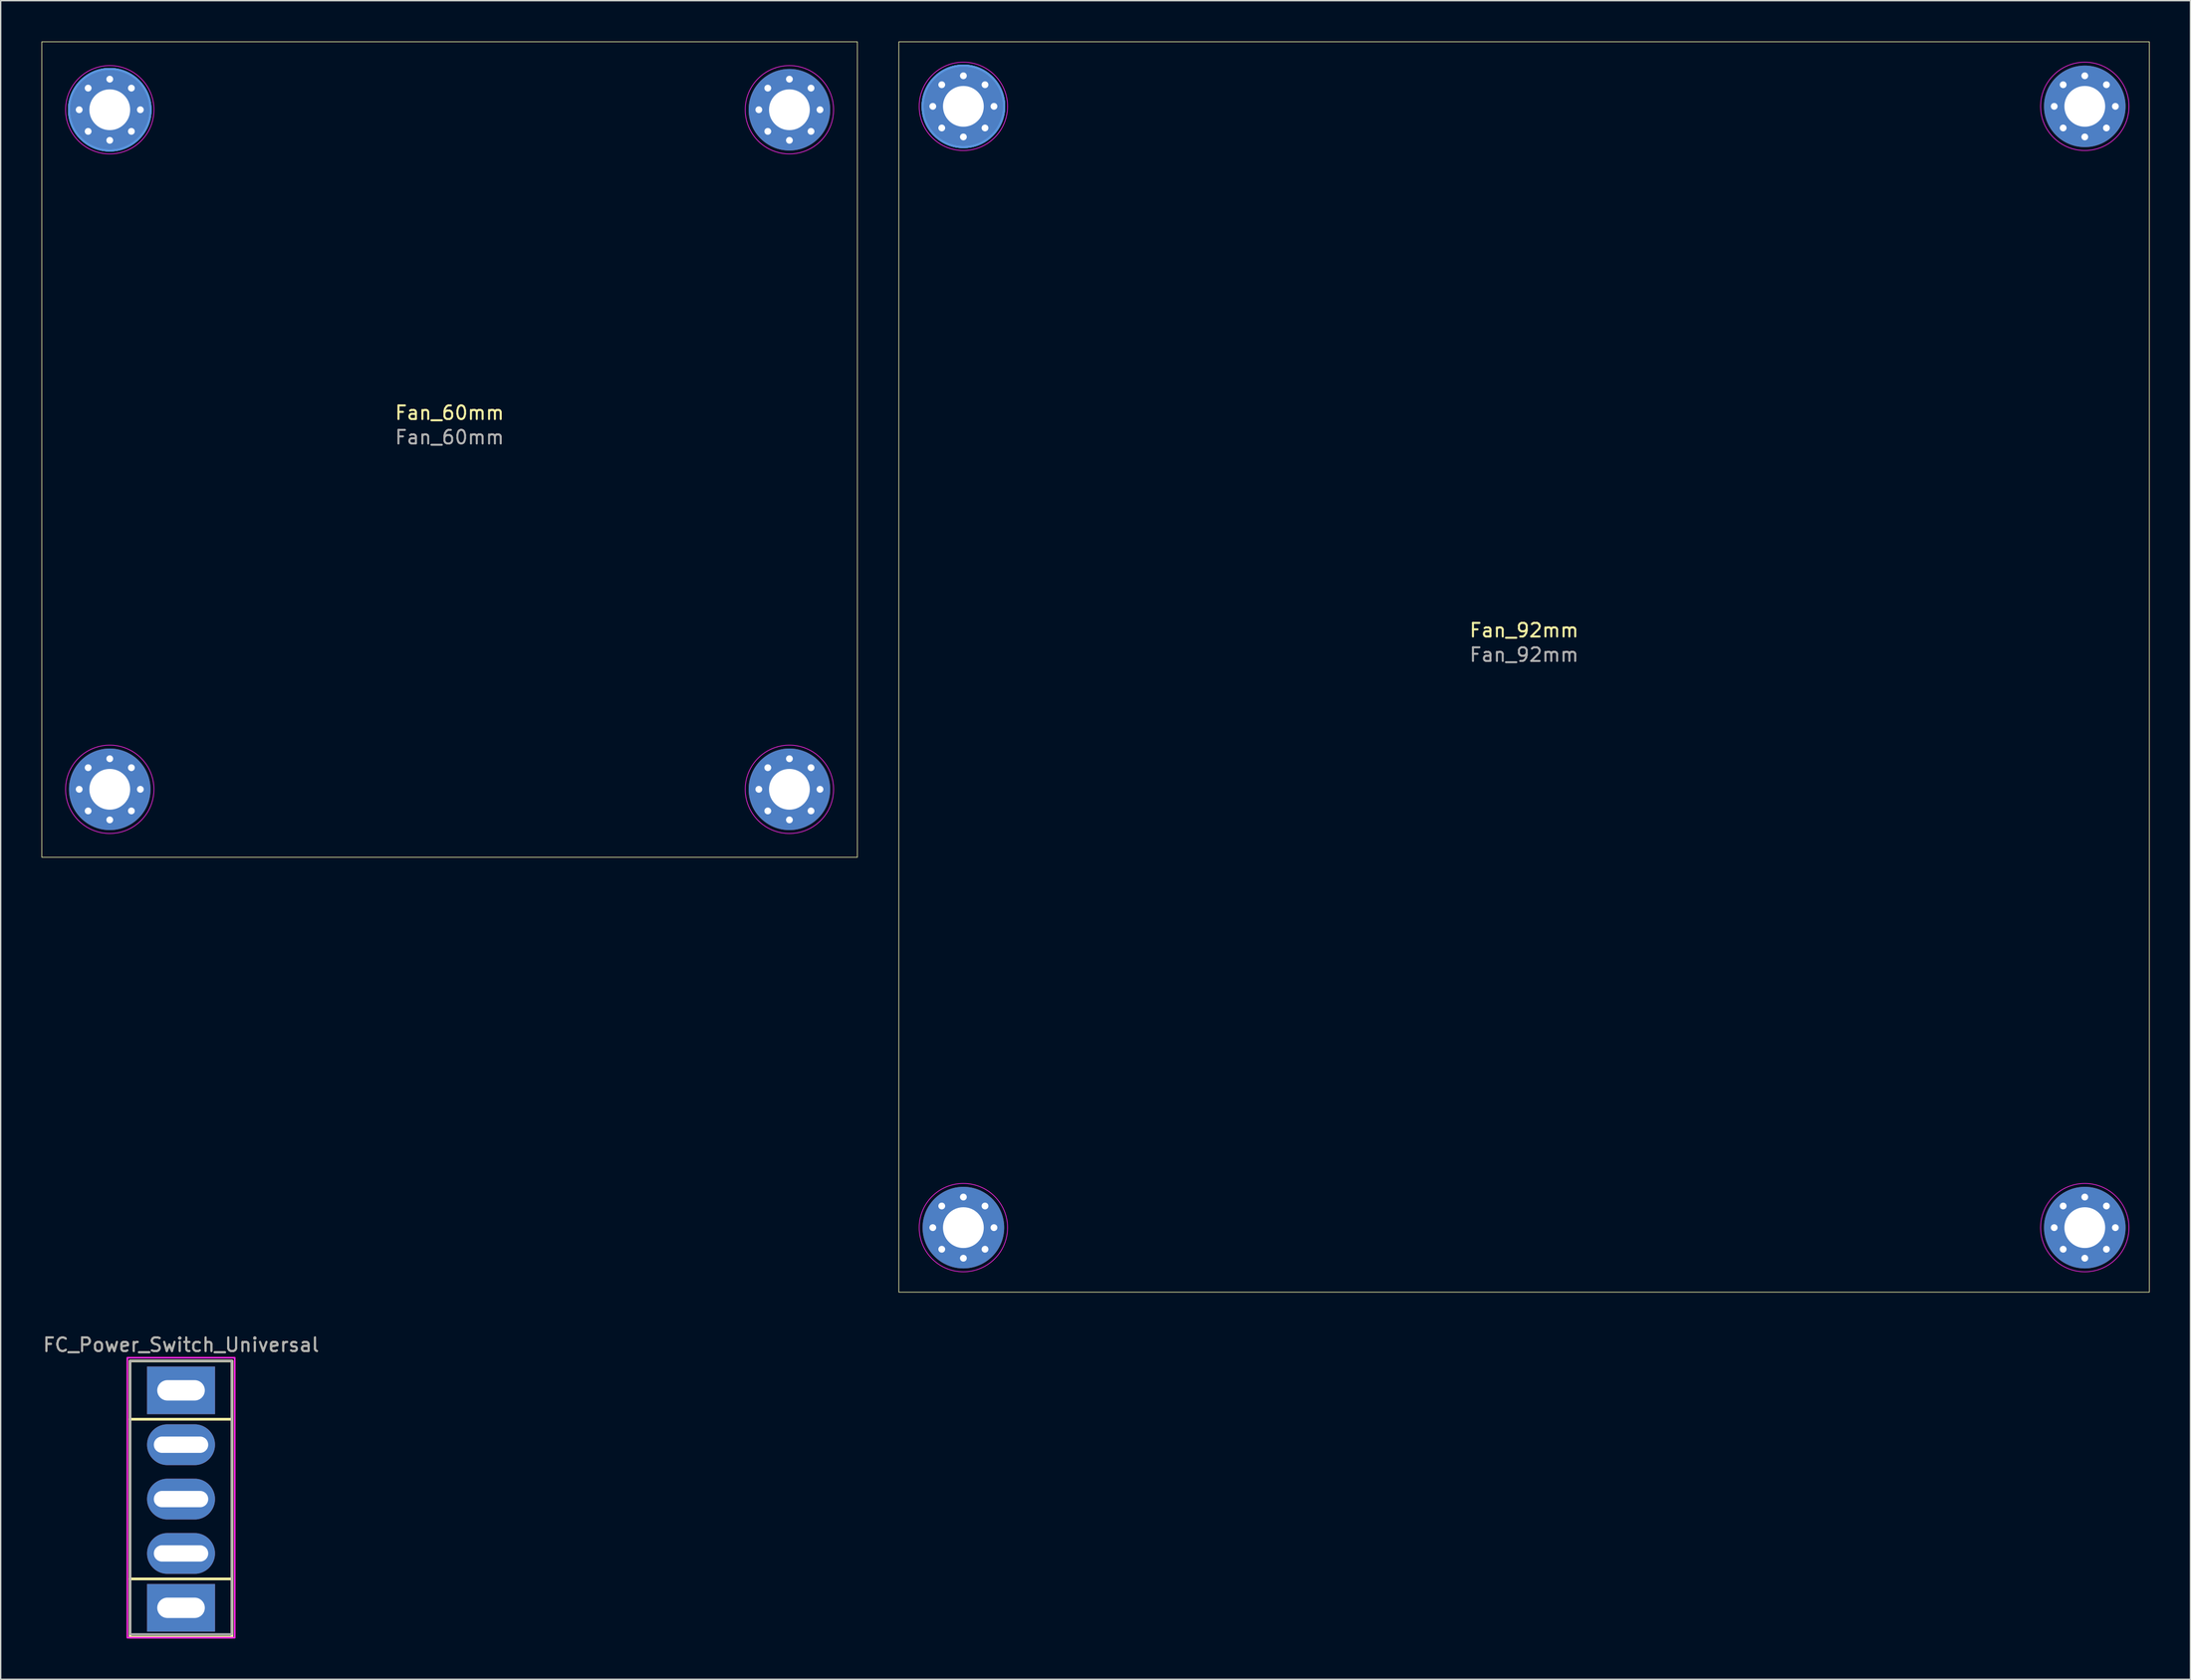
<source format=kicad_pcb>
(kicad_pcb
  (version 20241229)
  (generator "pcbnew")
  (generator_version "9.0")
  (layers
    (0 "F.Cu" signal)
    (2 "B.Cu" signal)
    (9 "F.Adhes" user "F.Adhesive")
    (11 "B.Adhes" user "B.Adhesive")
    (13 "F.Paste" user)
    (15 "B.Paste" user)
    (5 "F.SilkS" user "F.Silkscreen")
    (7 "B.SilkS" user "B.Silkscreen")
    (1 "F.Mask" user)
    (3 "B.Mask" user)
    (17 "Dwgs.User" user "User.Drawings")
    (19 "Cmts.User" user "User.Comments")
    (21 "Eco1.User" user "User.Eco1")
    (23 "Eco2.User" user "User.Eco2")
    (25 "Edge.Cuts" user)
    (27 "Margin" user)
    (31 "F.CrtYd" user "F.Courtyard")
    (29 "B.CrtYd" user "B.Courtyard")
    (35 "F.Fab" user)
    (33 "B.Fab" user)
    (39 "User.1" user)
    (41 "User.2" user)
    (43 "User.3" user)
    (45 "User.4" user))
  (footprint "FC_Power_Switch_Universal"
    (layer "F.Cu")
    (at 10.268 99.248)
    (property "Reference" "FC_Power_Switch_Universal" (at 0 -3.35 0) (unlocked yes) (layer "F.SilkS") (effects (font (size 1 1) (thickness 0.15))))
    (attr through_hole)
    (fp_line (start -3.75 2.125) (end 3.75 2.125) (stroke (width 0.2) (type solid)) (layer "F.SilkS"))
    (fp_line (start -3.75 13.875) (end 3.75 13.875) (stroke (width 0.2) (type solid)) (layer "F.SilkS"))
    (fp_rect (start -3.75 -2.164) (end 3.75 18.146) (stroke (width 0.2) (type solid)) (fill no) (layer "F.SilkS"))
    (fp_rect (start -3.95 -2.4) (end 3.95 18.2) (stroke (width 0.12) (type default)) (fill no) (layer "F.CrtYd"))
    (fp_rect (start -3.738 -2.164) (end 3.738 17.946) (stroke (width 0.15) (type solid)) (fill no) (layer "F.Fab"))
    (fp_text user "${REFERENCE}" (at 0 -3.35 0) (unlocked yes) (layer "F.Fab") (effects (font (size 1 1) (thickness 0.15))))
    (pad "" thru_hole rect (at 0 0) (size 5 3.5) (drill oval 3.5 1.5) (layers "*.Cu" "*.Mask"))
    (pad "" thru_hole rect (at 0 16) (size 5 3.5) (drill oval 3.5 1.5) (layers "*.Cu" "*.Mask"))
    (pad "1" thru_hole oval (at 0 4) (size 5 3) (drill oval 4 1.2) (layers "*.Cu" "*.Mask"))
    (pad "2" thru_hole oval (at 0 8) (size 5 3) (drill oval 4 1.2) (layers "*.Cu" "*.Mask"))
    (pad "3" thru_hole oval (at 0 12) (size 5 3) (drill oval 4 1.2) (layers "*.Cu" "*.Mask")))
  (footprint "Fan_92mm"
    (layer "F.Cu")
    (at 109.075 46.025)
    (property "Reference" "Fan_92mm" (at 0 -2.7 0) (unlocked yes) (layer "F.SilkS") (effects (font (size 1 1) (thickness 0.15))))
    (attr exclude_from_pos_files)
    (fp_rect (start -46 -46) (end 46 46) (stroke (width 0.05) (type solid)) (fill no) (layer "F.SilkS"))
    (fp_circle (center -41.25 -41.25) (end -38.25 -41.25) (stroke (width 0.15) (type solid)) (fill no) (layer "Cmts.User"))
    (fp_circle (center -41.25 -41.25) (end -38.25 -41.25) (stroke (width 0.15) (type solid)) (fill no) (layer "Cmts.User"))
    (fp_circle (center -41.25 -41.25) (end -38.25 -41.25) (stroke (width 0.15) (type solid)) (fill no) (layer "Cmts.User"))
    (fp_circle (center -41.25 -41.25) (end -38.25 -41.25) (stroke (width 0.15) (type solid)) (fill no) (layer "Cmts.User"))
    (fp_circle (center -41.25 -41.25) (end -38 -41.25) (stroke (width 0.05) (type solid)) (fill no) (layer "F.CrtYd"))
    (fp_circle (center -41.25 41.25) (end -38 41.25) (stroke (width 0.05) (type solid)) (fill no) (layer "F.CrtYd"))
    (fp_circle (center 41.25 -41.25) (end 44.5 -41.25) (stroke (width 0.05) (type solid)) (fill no) (layer "F.CrtYd"))
    (fp_circle (center 41.25 41.25) (end 44.5 41.25) (stroke (width 0.05) (type solid)) (fill no) (layer "F.CrtYd"))
    (fp_text user "${REFERENCE}" (at 0 -0.9 0) (layer "F.Fab") (effects (font (size 1 1) (thickness 0.15))))
    (pad "MP" thru_hole circle (at -43.5 -41.25) (size 0.8 0.8) (drill 0.5) (layers "*.Cu" "*.Mask"))
    (pad "MP" thru_hole circle (at -43.5 41.25) (size 0.8 0.8) (drill 0.5) (layers "*.Cu" "*.Mask"))
    (pad "MP" thru_hole circle (at -42.841 -42.841) (size 0.8 0.8) (drill 0.5) (layers "*.Cu" "*.Mask"))
    (pad "MP" thru_hole circle (at -42.841 -39.659) (size 0.8 0.8) (drill 0.5) (layers "*.Cu" "*.Mask"))
    (pad "MP" thru_hole circle (at -42.841 39.659) (size 0.8 0.8) (drill 0.5) (layers "*.Cu" "*.Mask"))
    (pad "MP" thru_hole circle (at -42.841 42.841) (size 0.8 0.8) (drill 0.5) (layers "*.Cu" "*.Mask"))
    (pad "MP" thru_hole circle (at -41.25 -43.5) (size 0.8 0.8) (drill 0.5) (layers "*.Cu" "*.Mask"))
    (pad "MP" thru_hole circle (at -41.25 -41.25) (size 6 6) (drill 3) (layers "*.Cu" "*.Mask"))
    (pad "MP" thru_hole circle (at -41.25 -39) (size 0.8 0.8) (drill 0.5) (layers "*.Cu" "*.Mask"))
    (pad "MP" thru_hole circle (at -41.25 39) (size 0.8 0.8) (drill 0.5) (layers "*.Cu" "*.Mask"))
    (pad "MP" thru_hole circle (at -41.25 41.25) (size 6 6) (drill 3) (layers "*.Cu" "*.Mask"))
    (pad "MP" thru_hole circle (at -41.25 43.5) (size 0.8 0.8) (drill 0.5) (layers "*.Cu" "*.Mask"))
    (pad "MP" thru_hole circle (at -39.659 -42.841) (size 0.8 0.8) (drill 0.5) (layers "*.Cu" "*.Mask"))
    (pad "MP" thru_hole circle (at -39.659 -39.659) (size 0.8 0.8) (drill 0.5) (layers "*.Cu" "*.Mask"))
    (pad "MP" thru_hole circle (at -39.659 39.659) (size 0.8 0.8) (drill 0.5) (layers "*.Cu" "*.Mask"))
    (pad "MP" thru_hole circle (at -39.659 42.841) (size 0.8 0.8) (drill 0.5) (layers "*.Cu" "*.Mask"))
    (pad "MP" thru_hole circle (at -39 -41.25) (size 0.8 0.8) (drill 0.5) (layers "*.Cu" "*.Mask"))
    (pad "MP" thru_hole circle (at -39 41.25) (size 0.8 0.8) (drill 0.5) (layers "*.Cu" "*.Mask"))
    (pad "MP" thru_hole circle (at 39 -41.25) (size 0.8 0.8) (drill 0.5) (layers "*.Cu" "*.Mask"))
    (pad "MP" thru_hole circle (at 39 41.25) (size 0.8 0.8) (drill 0.5) (layers "*.Cu" "*.Mask"))
    (pad "MP" thru_hole circle (at 39.659 -42.841) (size 0.8 0.8) (drill 0.5) (layers "*.Cu" "*.Mask"))
    (pad "MP" thru_hole circle (at 39.659 -39.659) (size 0.8 0.8) (drill 0.5) (layers "*.Cu" "*.Mask"))
    (pad "MP" thru_hole circle (at 39.659 39.659) (size 0.8 0.8) (drill 0.5) (layers "*.Cu" "*.Mask"))
    (pad "MP" thru_hole circle (at 39.659 42.841) (size 0.8 0.8) (drill 0.5) (layers "*.Cu" "*.Mask"))
    (pad "MP" thru_hole circle (at 41.25 -43.5) (size 0.8 0.8) (drill 0.5) (layers "*.Cu" "*.Mask"))
    (pad "MP" thru_hole circle (at 41.25 -41.25) (size 6 6) (drill 3) (layers "*.Cu" "*.Mask"))
    (pad "MP" thru_hole circle (at 41.25 -39) (size 0.8 0.8) (drill 0.5) (layers "*.Cu" "*.Mask"))
    (pad "MP" thru_hole circle (at 41.25 39) (size 0.8 0.8) (drill 0.5) (layers "*.Cu" "*.Mask"))
    (pad "MP" thru_hole circle (at 41.25 41.25) (size 6 6) (drill 3) (layers "*.Cu" "*.Mask"))
    (pad "MP" thru_hole circle (at 41.25 43.5) (size 0.8 0.8) (drill 0.5) (layers "*.Cu" "*.Mask"))
    (pad "MP" thru_hole circle (at 42.841 -42.841) (size 0.8 0.8) (drill 0.5) (layers "*.Cu" "*.Mask"))
    (pad "MP" thru_hole circle (at 42.841 -39.659) (size 0.8 0.8) (drill 0.5) (layers "*.Cu" "*.Mask"))
    (pad "MP" thru_hole circle (at 42.841 39.659) (size 0.8 0.8) (drill 0.5) (layers "*.Cu" "*.Mask"))
    (pad "MP" thru_hole circle (at 42.841 42.841) (size 0.8 0.8) (drill 0.5) (layers "*.Cu" "*.Mask"))
    (pad "MP" thru_hole circle (at 43.5 -41.25) (size 0.8 0.8) (drill 0.5) (layers "*.Cu" "*.Mask"))
    (pad "MP" thru_hole circle (at 43.5 41.25) (size 0.8 0.8) (drill 0.5) (layers "*.Cu" "*.Mask")))
  (footprint "Fan_60mm"
    (layer "F.Cu")
    (at 30.025 30.025)
    (property "Reference" "Fan_60mm" (at 0 -2.7 0) (unlocked yes) (layer "F.SilkS") (effects (font (size 1 1) (thickness 0.15))))
    (attr exclude_from_pos_files)
    (fp_rect (start -30 -30) (end 30 30) (stroke (width 0.05) (type solid)) (fill no) (layer "F.SilkS"))
    (fp_circle (center -25 -25) (end -22 -25) (stroke (width 0.15) (type solid)) (fill no) (layer "Cmts.User"))
    (fp_circle (center -25 -25) (end -22 -25) (stroke (width 0.15) (type solid)) (fill no) (layer "Cmts.User"))
    (fp_circle (center -25 -25) (end -22 -25) (stroke (width 0.15) (type solid)) (fill no) (layer "Cmts.User"))
    (fp_circle (center -25 -25) (end -22 -25) (stroke (width 0.15) (type solid)) (fill no) (layer "Cmts.User"))
    (fp_circle (center -25 -25) (end -21.75 -25) (stroke (width 0.05) (type solid)) (fill no) (layer "F.CrtYd"))
    (fp_circle (center -25 25) (end -21.75 25) (stroke (width 0.05) (type solid)) (fill no) (layer "F.CrtYd"))
    (fp_circle (center 25 -25) (end 28.25 -25) (stroke (width 0.05) (type solid)) (fill no) (layer "F.CrtYd"))
    (fp_circle (center 25 25) (end 28.25 25) (stroke (width 0.05) (type solid)) (fill no) (layer "F.CrtYd"))
    (fp_text user "${REFERENCE}" (at 0 -0.9 0) (layer "F.Fab") (effects (font (size 1 1) (thickness 0.15))))
    (pad "MP" thru_hole circle (at -27.25 -25) (size 0.8 0.8) (drill 0.5) (layers "*.Cu" "*.Mask"))
    (pad "MP" thru_hole circle (at -27.25 25) (size 0.8 0.8) (drill 0.5) (layers "*.Cu" "*.Mask"))
    (pad "MP" thru_hole circle (at -26.591 -26.591) (size 0.8 0.8) (drill 0.5) (layers "*.Cu" "*.Mask"))
    (pad "MP" thru_hole circle (at -26.591 -23.409) (size 0.8 0.8) (drill 0.5) (layers "*.Cu" "*.Mask"))
    (pad "MP" thru_hole circle (at -26.591 23.409) (size 0.8 0.8) (drill 0.5) (layers "*.Cu" "*.Mask"))
    (pad "MP" thru_hole circle (at -26.591 26.591) (size 0.8 0.8) (drill 0.5) (layers "*.Cu" "*.Mask"))
    (pad "MP" thru_hole circle (at -25 -27.25) (size 0.8 0.8) (drill 0.5) (layers "*.Cu" "*.Mask"))
    (pad "MP" thru_hole circle (at -25 -25) (size 6 6) (drill 3) (layers "*.Cu" "*.Mask"))
    (pad "MP" thru_hole circle (at -25 -22.75) (size 0.8 0.8) (drill 0.5) (layers "*.Cu" "*.Mask"))
    (pad "MP" thru_hole circle (at -25 22.75) (size 0.8 0.8) (drill 0.5) (layers "*.Cu" "*.Mask"))
    (pad "MP" thru_hole circle (at -25 25) (size 6 6) (drill 3) (layers "*.Cu" "*.Mask"))
    (pad "MP" thru_hole circle (at -25 27.25) (size 0.8 0.8) (drill 0.5) (layers "*.Cu" "*.Mask"))
    (pad "MP" thru_hole circle (at -23.409 -26.591) (size 0.8 0.8) (drill 0.5) (layers "*.Cu" "*.Mask"))
    (pad "MP" thru_hole circle (at -23.409 -23.409) (size 0.8 0.8) (drill 0.5) (layers "*.Cu" "*.Mask"))
    (pad "MP" thru_hole circle (at -23.409 23.409) (size 0.8 0.8) (drill 0.5) (layers "*.Cu" "*.Mask"))
    (pad "MP" thru_hole circle (at -23.409 26.591) (size 0.8 0.8) (drill 0.5) (layers "*.Cu" "*.Mask"))
    (pad "MP" thru_hole circle (at -22.75 -25) (size 0.8 0.8) (drill 0.5) (layers "*.Cu" "*.Mask"))
    (pad "MP" thru_hole circle (at -22.75 25) (size 0.8 0.8) (drill 0.5) (layers "*.Cu" "*.Mask"))
    (pad "MP" thru_hole circle (at 22.75 -25) (size 0.8 0.8) (drill 0.5) (layers "*.Cu" "*.Mask"))
    (pad "MP" thru_hole circle (at 22.75 25) (size 0.8 0.8) (drill 0.5) (layers "*.Cu" "*.Mask"))
    (pad "MP" thru_hole circle (at 23.409 -26.591) (size 0.8 0.8) (drill 0.5) (layers "*.Cu" "*.Mask"))
    (pad "MP" thru_hole circle (at 23.409 -23.409) (size 0.8 0.8) (drill 0.5) (layers "*.Cu" "*.Mask"))
    (pad "MP" thru_hole circle (at 23.409 23.409) (size 0.8 0.8) (drill 0.5) (layers "*.Cu" "*.Mask"))
    (pad "MP" thru_hole circle (at 23.409 26.591) (size 0.8 0.8) (drill 0.5) (layers "*.Cu" "*.Mask"))
    (pad "MP" thru_hole circle (at 25 -27.25) (size 0.8 0.8) (drill 0.5) (layers "*.Cu" "*.Mask"))
    (pad "MP" thru_hole circle (at 25 -25) (size 6 6) (drill 3) (layers "*.Cu" "*.Mask"))
    (pad "MP" thru_hole circle (at 25 -22.75) (size 0.8 0.8) (drill 0.5) (layers "*.Cu" "*.Mask"))
    (pad "MP" thru_hole circle (at 25 22.75) (size 0.8 0.8) (drill 0.5) (layers "*.Cu" "*.Mask"))
    (pad "MP" thru_hole circle (at 25 25) (size 6 6) (drill 3) (layers "*.Cu" "*.Mask"))
    (pad "MP" thru_hole circle (at 25 27.25) (size 0.8 0.8) (drill 0.5) (layers "*.Cu" "*.Mask"))
    (pad "MP" thru_hole circle (at 26.591 -26.591) (size 0.8 0.8) (drill 0.5) (layers "*.Cu" "*.Mask"))
    (pad "MP" thru_hole circle (at 26.591 -23.409) (size 0.8 0.8) (drill 0.5) (layers "*.Cu" "*.Mask"))
    (pad "MP" thru_hole circle (at 26.591 23.409) (size 0.8 0.8) (drill 0.5) (layers "*.Cu" "*.Mask"))
    (pad "MP" thru_hole circle (at 26.591 26.591) (size 0.8 0.8) (drill 0.5) (layers "*.Cu" "*.Mask"))
    (pad "MP" thru_hole circle (at 27.25 -25) (size 0.8 0.8) (drill 0.5) (layers "*.Cu" "*.Mask"))
    (pad "MP" thru_hole circle (at 27.25 25) (size 0.8 0.8) (drill 0.5) (layers "*.Cu" "*.Mask")))
  (gr_rect
    (start -3 -3)
    (end 158.1 120.508)
    (stroke (width 0.1) (type default))
    (fill no)
    (layer "Edge.Cuts")))
</source>
